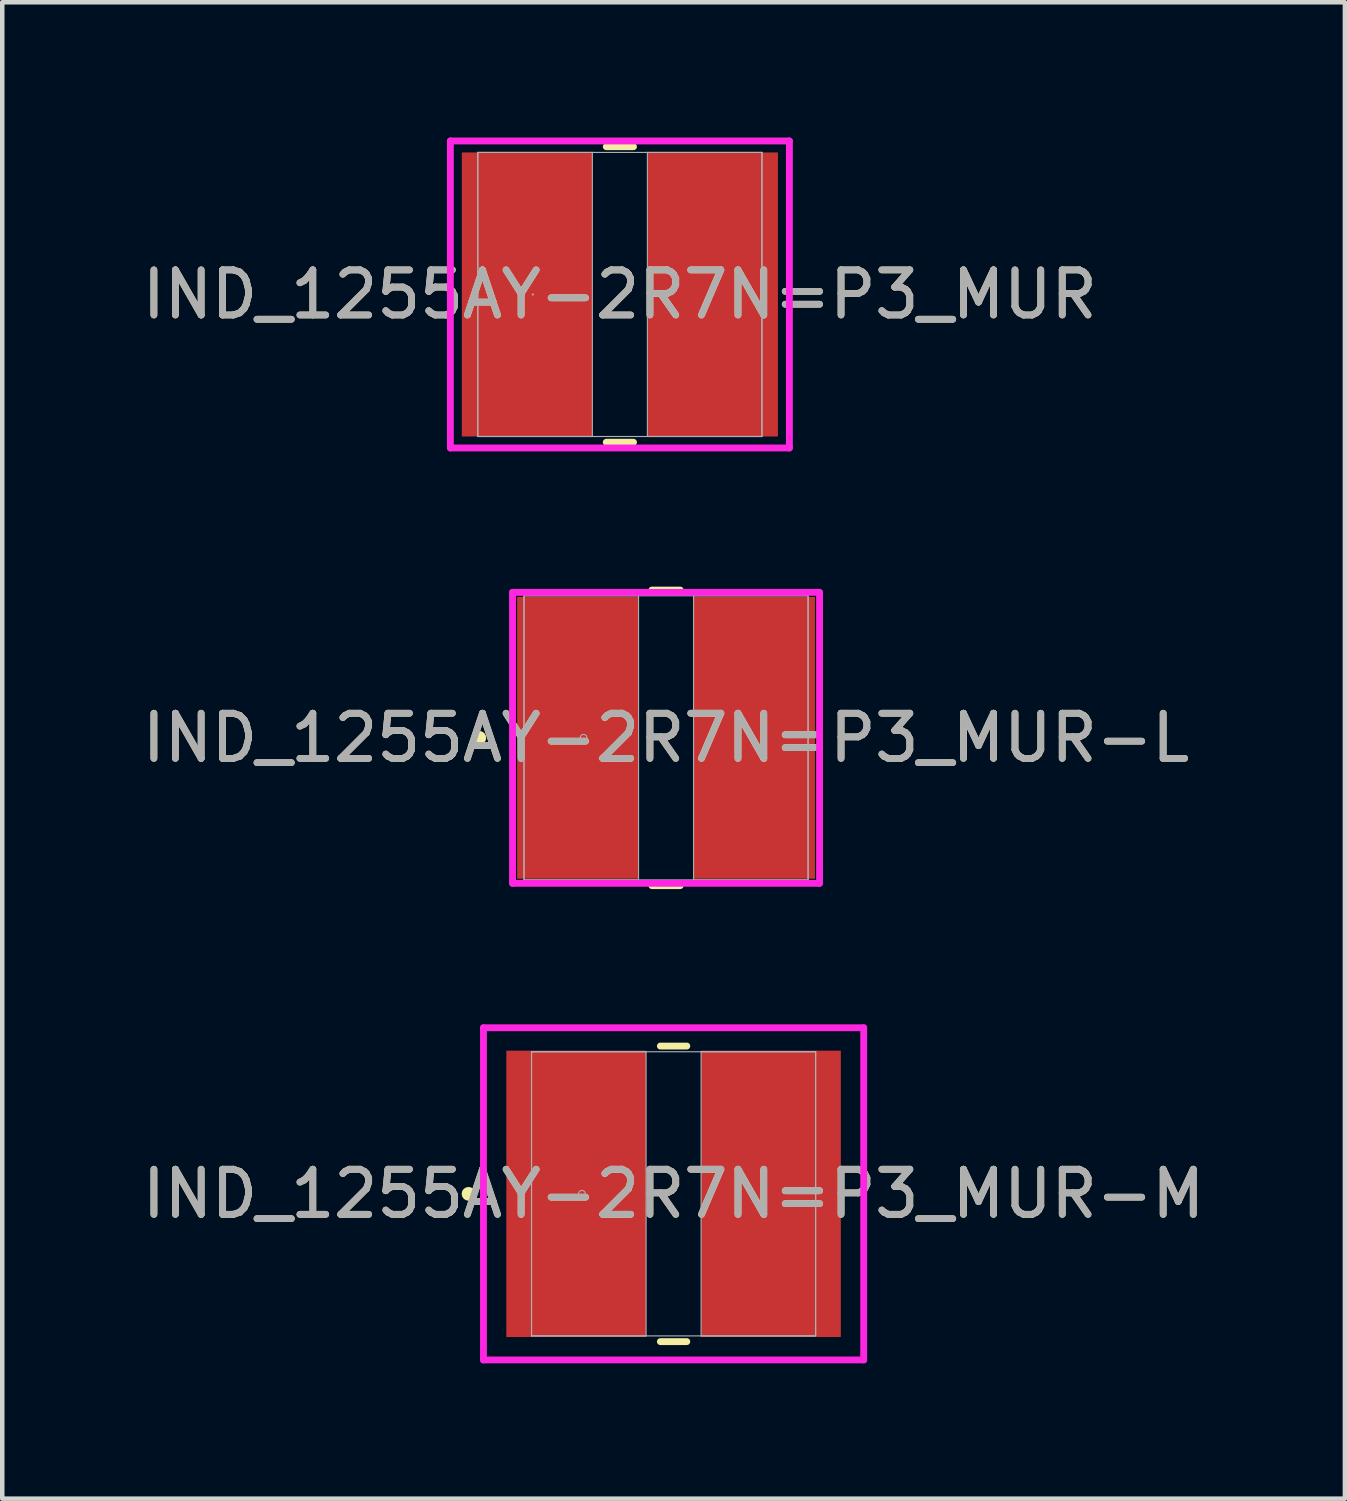
<source format=kicad_pcb>
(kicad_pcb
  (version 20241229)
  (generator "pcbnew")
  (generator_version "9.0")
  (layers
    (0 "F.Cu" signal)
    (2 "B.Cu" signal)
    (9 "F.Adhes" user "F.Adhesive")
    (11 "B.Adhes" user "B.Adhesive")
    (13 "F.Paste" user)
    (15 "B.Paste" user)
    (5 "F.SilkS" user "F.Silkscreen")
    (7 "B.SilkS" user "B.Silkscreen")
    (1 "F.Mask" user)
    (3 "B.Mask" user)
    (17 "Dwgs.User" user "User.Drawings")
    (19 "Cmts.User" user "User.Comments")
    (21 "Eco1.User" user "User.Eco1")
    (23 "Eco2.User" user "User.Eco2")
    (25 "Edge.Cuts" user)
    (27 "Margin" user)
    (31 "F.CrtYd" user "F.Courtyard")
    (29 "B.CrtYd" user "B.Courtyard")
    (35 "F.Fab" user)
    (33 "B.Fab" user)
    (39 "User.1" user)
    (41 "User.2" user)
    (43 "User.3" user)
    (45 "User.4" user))
  (footprint "IND_1255AY-2R7N=P3_MUR"
    (layer "F.Cu")
    (at 10.696 3.48)
    (property "Reference" "IND_1255AY-2R7N=P3_MUR" (at 0 0 0) (unlocked yes) (layer "F.SilkS") (effects (font (size 1 1) (thickness 0.15))))
    (attr smd)
    (fp_line (start -0.302 3.277) (end 0.302 3.277) (stroke (width 0.152) (type solid)) (layer "F.SilkS"))
    (fp_line (start 0.302 -3.277) (end -0.302 -3.277) (stroke (width 0.152) (type solid)) (layer "F.SilkS"))
    (fp_line (start -3.759 -3.404) (end 3.759 -3.404) (stroke (width 0.152) (type solid)) (layer "F.CrtYd"))
    (fp_line (start -3.759 3.404) (end -3.759 -3.404) (stroke (width 0.152) (type solid)) (layer "F.CrtYd"))
    (fp_line (start 3.759 -3.404) (end 3.759 3.404) (stroke (width 0.152) (type solid)) (layer "F.CrtYd"))
    (fp_line (start 3.759 3.404) (end -3.759 3.404) (stroke (width 0.152) (type solid)) (layer "F.CrtYd"))
    (fp_line (start -3.15 -3.15) (end -3.15 3.15) (stroke (width 0.025) (type solid)) (layer "F.Fab"))
    (fp_line (start -3.15 -3.15) (end -3.15 3.15) (stroke (width 0.025) (type solid)) (layer "F.Fab"))
    (fp_line (start -3.15 3.15) (end -0.61 3.15) (stroke (width 0.025) (type solid)) (layer "F.Fab"))
    (fp_line (start -3.15 3.15) (end 3.15 3.15) (stroke (width 0.025) (type solid)) (layer "F.Fab"))
    (fp_line (start -0.61 -3.15) (end -3.15 -3.15) (stroke (width 0.025) (type solid)) (layer "F.Fab"))
    (fp_line (start -0.61 3.15) (end -0.61 -3.15) (stroke (width 0.025) (type solid)) (layer "F.Fab"))
    (fp_line (start 0.61 -3.15) (end 0.61 3.15) (stroke (width 0.025) (type solid)) (layer "F.Fab"))
    (fp_line (start 0.61 3.15) (end 3.15 3.15) (stroke (width 0.025) (type solid)) (layer "F.Fab"))
    (fp_line (start 3.15 -3.15) (end -3.15 -3.15) (stroke (width 0.025) (type solid)) (layer "F.Fab"))
    (fp_line (start 3.15 -3.15) (end 0.61 -3.15) (stroke (width 0.025) (type solid)) (layer "F.Fab"))
    (fp_line (start 3.15 3.15) (end 3.15 -3.15) (stroke (width 0.025) (type solid)) (layer "F.Fab"))
    (fp_line (start 3.15 3.15) (end 3.15 -3.15) (stroke (width 0.025) (type solid)) (layer "F.Fab"))
    (fp_circle (center -1.93 0) (end -1.93 0) (stroke (width 0.025) (type solid)) (fill no) (layer "F.Fab"))
    (fp_text user "${REFERENCE}" (at 0 0 0) (unlocked yes) (layer "F.Fab") (effects (font (size 1 1) (thickness 0.15))))
    (pad "1" smd rect (at -2.057 0) (size 2.896 6.299) (layers "F.Cu" "F.Mask" "F.Paste"))
    (pad "2" smd rect (at 2.057 0) (size 2.896 6.299) (layers "F.Cu" "F.Mask" "F.Paste"))
    (zone (net_name "") (layer "F.Cu") (hatch full 0.508) (connect_pads) (min_thickness 0.254) (filled_areas_thickness no) (keepout (tracks not_allowed) (vias not_allowed) (pads allowed) (copperpour not_allowed) (footprints allowed)) (placement (enabled no)) (fill) (polygon (pts (xy 10.138 0.381) (xy 11.255 0.381) (xy 11.255 6.579) (xy 10.138 6.579)))))
  (footprint "IND_1255AY-2R7N=P3_MUR-L"
    (layer "F.Cu")
    (at 11.72 13.312)
    (property "Reference" "IND_1255AY-2R7N=P3_MUR-L" (at 0 0 0) (unlocked yes) (layer "F.SilkS") (effects (font (size 1 1) (thickness 0.15))))
    (attr smd)
    (fp_line (start -0.314 3.277) (end 0.314 3.277) (stroke (width 0.152) (type solid)) (layer "F.SilkS"))
    (fp_line (start 0.314 -3.277) (end -0.314 -3.277) (stroke (width 0.152) (type solid)) (layer "F.SilkS"))
    (fp_circle (center -4.14 0) (end -4.064 0) (stroke (width 0.152) (type solid)) (fill no) (layer "F.SilkS"))
    (fp_line (start -3.404 -3.226) (end 3.404 -3.226) (stroke (width 0.152) (type solid)) (layer "F.CrtYd"))
    (fp_line (start -3.404 3.226) (end -3.404 -3.226) (stroke (width 0.152) (type solid)) (layer "F.CrtYd"))
    (fp_line (start 3.404 -3.226) (end 3.404 3.226) (stroke (width 0.152) (type solid)) (layer "F.CrtYd"))
    (fp_line (start 3.404 3.226) (end -3.404 3.226) (stroke (width 0.152) (type solid)) (layer "F.CrtYd"))
    (fp_line (start -3.15 -3.15) (end -3.15 3.15) (stroke (width 0.025) (type solid)) (layer "F.Fab"))
    (fp_line (start -3.15 -3.15) (end -3.15 3.15) (stroke (width 0.025) (type solid)) (layer "F.Fab"))
    (fp_line (start -3.15 3.15) (end -0.61 3.15) (stroke (width 0.025) (type solid)) (layer "F.Fab"))
    (fp_line (start -3.15 3.15) (end 3.15 3.15) (stroke (width 0.025) (type solid)) (layer "F.Fab"))
    (fp_line (start -0.61 -3.15) (end -3.15 -3.15) (stroke (width 0.025) (type solid)) (layer "F.Fab"))
    (fp_line (start -0.61 3.15) (end -0.61 -3.15) (stroke (width 0.025) (type solid)) (layer "F.Fab"))
    (fp_line (start 0.61 -3.15) (end 0.61 3.15) (stroke (width 0.025) (type solid)) (layer "F.Fab"))
    (fp_line (start 0.61 3.15) (end 3.15 3.15) (stroke (width 0.025) (type solid)) (layer "F.Fab"))
    (fp_line (start 3.15 -3.15) (end -3.15 -3.15) (stroke (width 0.025) (type solid)) (layer "F.Fab"))
    (fp_line (start 3.15 -3.15) (end 0.61 -3.15) (stroke (width 0.025) (type solid)) (layer "F.Fab"))
    (fp_line (start 3.15 3.15) (end 3.15 -3.15) (stroke (width 0.025) (type solid)) (layer "F.Fab"))
    (fp_line (start 3.15 3.15) (end 3.15 -3.15) (stroke (width 0.025) (type solid)) (layer "F.Fab"))
    (fp_circle (center -1.829 0) (end -1.753 0) (stroke (width 0.025) (type solid)) (fill no) (layer "F.Fab"))
    (fp_text user "${REFERENCE}" (at 0 0 0) (unlocked yes) (layer "F.Fab") (effects (font (size 1 1) (thickness 0.15))))
    (pad "1" smd rect (at -1.956 0) (size 2.692 6.248) (layers "F.Cu" "F.Mask" "F.Paste"))
    (pad "2" smd rect (at 1.956 0) (size 2.692 6.248) (layers "F.Cu" "F.Mask" "F.Paste"))
    (zone (net_name "") (layer "F.Cu") (hatch full 0.508) (connect_pads) (min_thickness 0.254) (filled_areas_thickness no) (keepout (tracks not_allowed) (vias not_allowed) (pads allowed) (copperpour not_allowed) (footprints allowed)) (placement (enabled no)) (fill) (polygon (pts (xy 11.161 10.214) (xy 12.279 10.214) (xy 12.279 16.411) (xy 11.161 16.411)))))
  (footprint "IND_1255AY-2R7N=P3_MUR-M"
    (layer "F.Cu")
    (at 11.887 23.424)
    (property "Reference" "IND_1255AY-2R7N=P3_MUR-M" (at 0 0 0) (unlocked yes) (layer "F.SilkS") (effects (font (size 1 1) (thickness 0.15))))
    (attr smd)
    (fp_line (start -0.293 3.277) (end 0.293 3.277) (stroke (width 0.152) (type solid)) (layer "F.SilkS"))
    (fp_line (start 0.293 -3.277) (end -0.293 -3.277) (stroke (width 0.152) (type solid)) (layer "F.SilkS"))
    (fp_circle (center -4.547 0) (end -4.47 0) (stroke (width 0.152) (type solid)) (fill no) (layer "F.SilkS"))
    (fp_line (start -4.216 -3.683) (end 4.216 -3.683) (stroke (width 0.152) (type solid)) (layer "F.CrtYd"))
    (fp_line (start -4.216 3.683) (end -4.216 -3.683) (stroke (width 0.152) (type solid)) (layer "F.CrtYd"))
    (fp_line (start 4.216 -3.683) (end 4.216 3.683) (stroke (width 0.152) (type solid)) (layer "F.CrtYd"))
    (fp_line (start 4.216 3.683) (end -4.216 3.683) (stroke (width 0.152) (type solid)) (layer "F.CrtYd"))
    (fp_line (start -3.15 -3.15) (end -3.15 3.15) (stroke (width 0.025) (type solid)) (layer "F.Fab"))
    (fp_line (start -3.15 -3.15) (end -3.15 3.15) (stroke (width 0.025) (type solid)) (layer "F.Fab"))
    (fp_line (start -3.15 3.15) (end -0.61 3.15) (stroke (width 0.025) (type solid)) (layer "F.Fab"))
    (fp_line (start -3.15 3.15) (end 3.15 3.15) (stroke (width 0.025) (type solid)) (layer "F.Fab"))
    (fp_line (start -0.61 -3.15) (end -3.15 -3.15) (stroke (width 0.025) (type solid)) (layer "F.Fab"))
    (fp_line (start -0.61 3.15) (end -0.61 -3.15) (stroke (width 0.025) (type solid)) (layer "F.Fab"))
    (fp_line (start 0.61 -3.15) (end 0.61 3.15) (stroke (width 0.025) (type solid)) (layer "F.Fab"))
    (fp_line (start 0.61 3.15) (end 3.15 3.15) (stroke (width 0.025) (type solid)) (layer "F.Fab"))
    (fp_line (start 3.15 -3.15) (end -3.15 -3.15) (stroke (width 0.025) (type solid)) (layer "F.Fab"))
    (fp_line (start 3.15 -3.15) (end 0.61 -3.15) (stroke (width 0.025) (type solid)) (layer "F.Fab"))
    (fp_line (start 3.15 3.15) (end 3.15 -3.15) (stroke (width 0.025) (type solid)) (layer "F.Fab"))
    (fp_line (start 3.15 3.15) (end 3.15 -3.15) (stroke (width 0.025) (type solid)) (layer "F.Fab"))
    (fp_circle (center -2.032 0) (end -1.956 0) (stroke (width 0.025) (type solid)) (fill no) (layer "F.Fab"))
    (fp_text user "${REFERENCE}" (at 0 0 0) (unlocked yes) (layer "F.Fab") (effects (font (size 1 1) (thickness 0.15))))
    (pad "1" smd rect (at -2.159 0) (size 3.099 6.35) (layers "F.Cu" "F.Mask" "F.Paste"))
    (pad "2" smd rect (at 2.159 0) (size 3.099 6.35) (layers "F.Cu" "F.Mask" "F.Paste"))
    (zone (net_name "") (layer "F.Cu") (hatch full 0.508) (connect_pads) (min_thickness 0.254) (filled_areas_thickness no) (keepout (tracks not_allowed) (vias not_allowed) (pads allowed) (copperpour not_allowed) (footprints allowed)) (placement (enabled no)) (fill) (polygon (pts (xy 11.328 20.326) (xy 12.446 20.326) (xy 12.446 26.523) (xy 11.328 26.523)))))
  (gr_rect
    (start -3 -3)
    (end 26.774 30.184)
    (stroke (width 0.1) (type default))
    (fill no)
    (layer "Edge.Cuts")))
</source>
